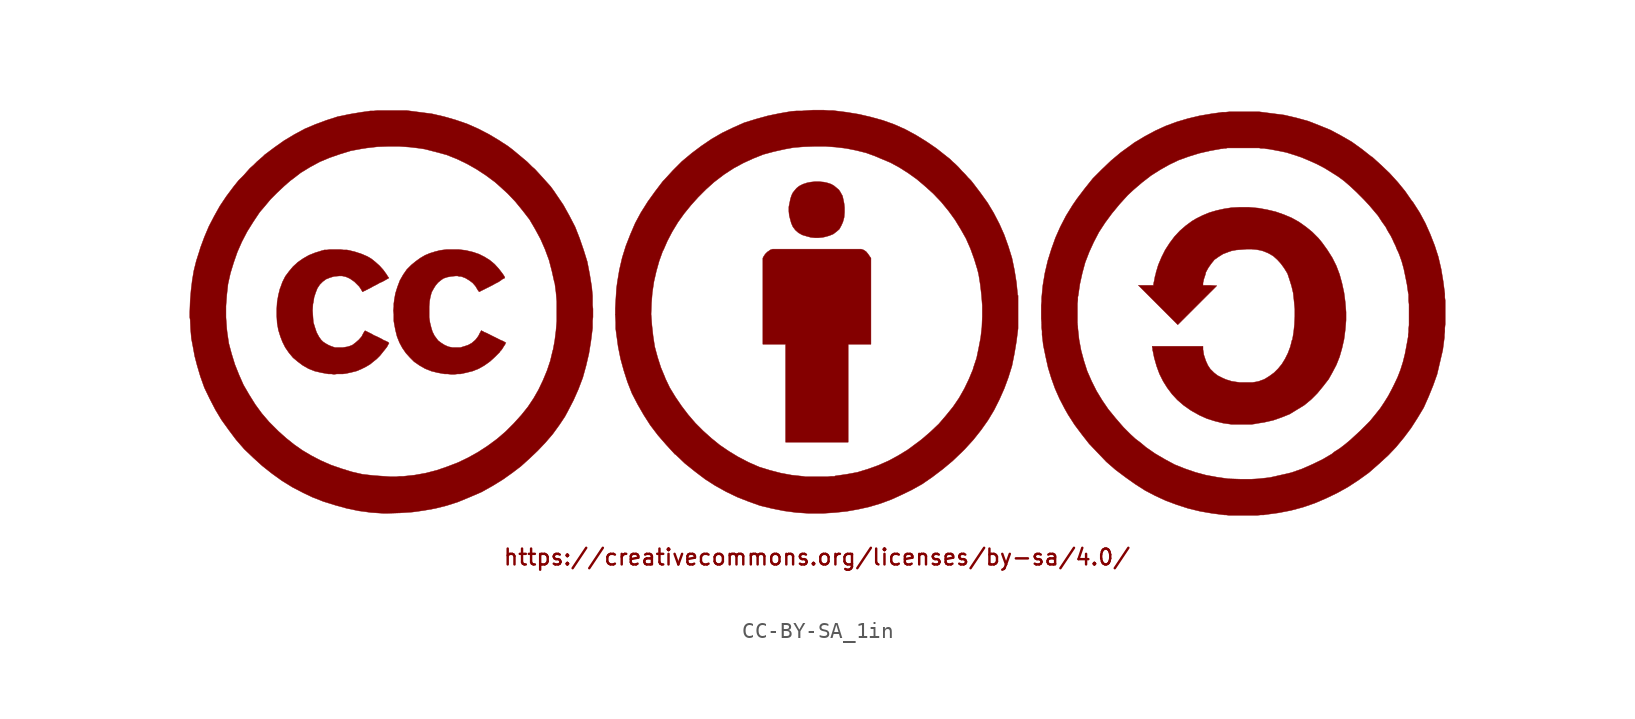
<source format=kicad_sym>
(kicad_symbol_lib
  (version 20231120)
  (generator "kicad_symbol_editor")
  (generator_version "8.0")
  (symbol "CC-BY-SA_1in"
    (pin_names
      (offset 1.016))
    (property "Reference" "LOGO"
      (at 0 -11.938 0)
      (effects (font (size 1.524 1.524)) (hide yes)))
    (symbol "CC-BY-SA_1in_0_0"
      (polyline (pts (xy 1.956 -1.93) (xy 3.378 -1.93) (xy 3.378 3.454) (xy 3.302 3.556) (xy 3.2 3.708) (xy 3.073 3.861) (xy 2.921 3.962) (xy 2.769 4.013) (xy -2.769 4.013) (xy -2.921 3.962) (xy -2.946 3.937) (xy -3.099 3.835) (xy -3.226 3.708) (xy -3.327 3.556) (xy -3.378 3.454) (xy -3.378 -1.93) (xy -1.956 -1.93) (xy -1.956 -8.052) (xy 1.956 -8.052) (xy 1.956 -1.93)) (stroke (width 0.025) (type solid)) (fill (type outline)))
      (polyline (pts (xy 0.356 4.75) (xy 0.483 4.775) (xy 0.762 4.851) (xy 1.016 4.953) (xy 1.219 5.105) (xy 1.397 5.258) (xy 1.524 5.486) (xy 1.626 5.715) (xy 1.702 5.994) (xy 1.727 6.325) (xy 1.727 6.604) (xy 1.702 6.858) (xy 1.651 7.112) (xy 1.6 7.341) (xy 1.499 7.518) (xy 1.473 7.569) (xy 1.372 7.722) (xy 1.067 7.976) (xy 0.889 8.077) (xy 0.66 8.153) (xy 0.432 8.204) (xy 0.152 8.23) (xy -0.127 8.23) (xy -0.381 8.204) (xy -0.635 8.153) (xy -0.864 8.077) (xy -1.067 7.976) (xy -1.143 7.925) (xy -1.27 7.823) (xy -1.397 7.671) (xy -1.499 7.544) (xy -1.575 7.391) (xy -1.651 7.163) (xy -1.753 6.655) (xy -1.753 6.375) (xy -1.727 6.121) (xy -1.676 5.918) (xy -1.6 5.639) (xy -1.499 5.41) (xy -1.346 5.207) (xy -1.143 5.029) (xy -0.914 4.902) (xy -0.66 4.826) (xy -0.381 4.75) (xy -0.127 4.724) (xy 0.102 4.724) (xy 0.356 4.75)) (stroke (width 0.025) (type solid)) (fill (type outline)))
      (polyline (pts (xy -29.997 -3.785) (xy -29.616 -3.785) (xy -29.439 -3.759) (xy -29.312 -3.734) (xy -29.083 -3.683) (xy -28.778 -3.607) (xy -28.473 -3.48) (xy -28.169 -3.327) (xy -27.915 -3.175) (xy -27.762 -3.048) (xy -27.508 -2.845) (xy -27.305 -2.642) (xy -26.899 -2.134) (xy -26.848 -2.057) (xy -26.772 -1.905) (xy -26.746 -1.88) (xy -26.746 -1.854) (xy -26.797 -1.803) (xy -26.949 -1.727) (xy -27.076 -1.676) (xy -27.203 -1.6) (xy -27.508 -1.448) (xy -27.686 -1.372) (xy -27.813 -1.295) (xy -28.219 -1.092) (xy -28.245 -1.092) (xy -28.27 -1.118) (xy -28.296 -1.168) (xy -28.346 -1.245) (xy -28.448 -1.448) (xy -28.626 -1.651) (xy -28.829 -1.829) (xy -29.032 -1.981) (xy -29.159 -2.032) (xy -29.312 -2.083) (xy -29.616 -2.134) (xy -30.124 -2.134) (xy -30.353 -2.057) (xy -30.531 -1.981) (xy -30.709 -1.88) (xy -30.861 -1.778) (xy -30.988 -1.651) (xy -31.115 -1.473) (xy -31.267 -1.194) (xy -31.369 -0.889) (xy -31.471 -0.559) (xy -31.496 -0.203) (xy -31.521 0.178) (xy -31.496 0.584) (xy -31.471 0.686) (xy -31.42 1.016) (xy -31.318 1.321) (xy -31.217 1.575) (xy -31.064 1.803) (xy -30.886 1.981) (xy -30.683 2.134) (xy -30.429 2.235) (xy -30.175 2.311) (xy -29.87 2.337) (xy -29.667 2.337) (xy -29.54 2.311) (xy -29.439 2.286) (xy -29.312 2.235) (xy -29.159 2.159) (xy -29.058 2.083) (xy -28.905 1.981) (xy -28.6 1.676) (xy -28.499 1.524) (xy -28.397 1.346) (xy -27.889 1.6) (xy -27.711 1.702) (xy -27.508 1.803) (xy -27.33 1.905) (xy -27.153 1.981) (xy -26.746 2.21) (xy -26.822 2.311) (xy -26.899 2.438) (xy -27.102 2.718) (xy -27.33 2.972) (xy -27.584 3.2) (xy -27.838 3.404) (xy -28.092 3.556) (xy -28.448 3.708) (xy -28.829 3.835) (xy -29.235 3.937) (xy -29.362 3.962) (xy -29.566 3.962) (xy -29.769 3.988) (xy -30.455 3.988) (xy -30.632 3.962) (xy -30.785 3.962) (xy -30.963 3.912) (xy -31.369 3.785) (xy -31.75 3.632) (xy -32.106 3.429) (xy -32.436 3.2) (xy -32.741 2.921) (xy -32.995 2.616) (xy -33.223 2.311) (xy -33.401 1.956) (xy -33.528 1.6) (xy -33.553 1.549) (xy -33.655 1.143) (xy -33.731 0.711) (xy -33.757 0.279) (xy -33.757 -0.178) (xy -33.731 -0.61) (xy -33.655 -1.041) (xy -33.528 -1.448) (xy -33.401 -1.778) (xy -33.223 -2.134) (xy -32.995 -2.464) (xy -32.741 -2.769) (xy -32.436 -3.023) (xy -32.131 -3.251) (xy -31.775 -3.454) (xy -31.394 -3.607) (xy -30.963 -3.708) (xy -30.531 -3.785) (xy -30.353 -3.785) (xy -30.175 -3.81) (xy -29.997 -3.785)) (stroke (width 0.025) (type solid)) (fill (type outline)))
      (polyline (pts (xy -22.454 -3.785) (xy -22.276 -3.785) (xy -21.92 -3.708) (xy -21.514 -3.607) (xy -21.133 -3.454) (xy -20.777 -3.251) (xy -20.422 -2.997) (xy -20.117 -2.718) (xy -19.812 -2.413) (xy -19.812 -2.388) (xy -19.736 -2.311) (xy -19.66 -2.21) (xy -19.583 -2.083) (xy -19.482 -1.93) (xy -19.456 -1.854) (xy -19.431 -1.829) (xy -19.482 -1.829) (xy -19.533 -1.778) (xy -19.634 -1.727) (xy -19.761 -1.676) (xy -20.676 -1.219) (xy -20.803 -1.168) (xy -20.879 -1.118) (xy -20.955 -1.092) (xy -20.98 -1.067) (xy -20.98 -1.092) (xy -21.006 -1.118) (xy -21.006 -1.143) (xy -21.057 -1.219) (xy -21.158 -1.422) (xy -21.311 -1.626) (xy -21.387 -1.702) (xy -21.565 -1.854) (xy -21.793 -1.981) (xy -22.022 -2.057) (xy -22.276 -2.134) (xy -22.784 -2.134) (xy -23.038 -2.083) (xy -23.266 -1.981) (xy -23.47 -1.854) (xy -23.673 -1.702) (xy -23.901 -1.397) (xy -24.028 -1.143) (xy -24.105 -0.889) (xy -24.181 -0.584) (xy -24.232 -0.254) (xy -24.232 0.432) (xy -24.206 0.762) (xy -24.155 1.041) (xy -24.079 1.321) (xy -23.952 1.549) (xy -23.825 1.753) (xy -23.673 1.93) (xy -23.52 2.057) (xy -23.343 2.184) (xy -23.114 2.261) (xy -22.86 2.311) (xy -22.581 2.337) (xy -22.454 2.337) (xy -22.352 2.311) (xy -22.25 2.311) (xy -22.174 2.286) (xy -21.971 2.21) (xy -21.717 2.057) (xy -21.514 1.905) (xy -21.336 1.702) (xy -21.184 1.448) (xy -21.107 1.346) (xy -20.295 1.753) (xy -20.117 1.854) (xy -19.914 1.956) (xy -19.761 2.057) (xy -19.66 2.134) (xy -19.507 2.21) (xy -19.507 2.235) (xy -19.533 2.311) (xy -19.634 2.464) (xy -19.888 2.794) (xy -20.142 3.073) (xy -20.447 3.327) (xy -20.777 3.531) (xy -21.133 3.708) (xy -21.514 3.835) (xy -21.946 3.937) (xy -22.149 3.962) (xy -22.377 3.988) (xy -23.139 3.988) (xy -23.368 3.962) (xy -23.546 3.937) (xy -23.851 3.861) (xy -24.181 3.759) (xy -24.486 3.632) (xy -24.79 3.454) (xy -25.07 3.251) (xy -25.349 3.023) (xy -25.629 2.743) (xy -25.857 2.413) (xy -26.06 2.057) (xy -26.213 1.651) (xy -26.34 1.245) (xy -26.416 0.813) (xy -26.416 0.787) (xy -26.441 0.61) (xy -26.441 0.406) (xy -26.467 0.178) (xy -26.441 -0.051) (xy -26.441 -0.483) (xy -26.416 -0.635) (xy -26.34 -1.041) (xy -26.238 -1.448) (xy -26.086 -1.829) (xy -25.908 -2.159) (xy -25.679 -2.489) (xy -25.425 -2.769) (xy -25.171 -3.023) (xy -24.841 -3.251) (xy -24.486 -3.454) (xy -24.105 -3.607) (xy -23.698 -3.708) (xy -23.266 -3.785) (xy -23.089 -3.785) (xy -22.86 -3.81) (xy -22.657 -3.81) (xy -22.454 -3.785)) (stroke (width 0.025) (type solid)) (fill (type outline)))
      (polyline (pts (xy 27.356 -6.909) (xy 27.483 -6.883) (xy 27.965 -6.807) (xy 28.524 -6.68) (xy 29.032 -6.502) (xy 29.54 -6.299) (xy 30.455 -5.74) (xy 30.886 -5.385) (xy 31.267 -5.004) (xy 31.623 -4.572) (xy 31.979 -4.115) (xy 32.207 -3.708) (xy 32.461 -3.226) (xy 32.664 -2.718) (xy 32.817 -2.184) (xy 32.944 -1.626) (xy 33.02 -1.041) (xy 33.071 -0.432) (xy 33.071 0.076) (xy 33.02 0.711) (xy 32.944 1.295) (xy 32.817 1.88) (xy 32.664 2.438) (xy 32.461 2.972) (xy 32.207 3.48) (xy 31.902 3.962) (xy 31.572 4.42) (xy 31.344 4.699) (xy 30.963 5.08) (xy 30.556 5.41) (xy 30.124 5.715) (xy 29.667 5.969) (xy 29.185 6.172) (xy 28.677 6.35) (xy 28.143 6.477) (xy 27.584 6.579) (xy 27 6.629) (xy 26.391 6.629) (xy 25.908 6.604) (xy 25.425 6.528) (xy 24.968 6.426) (xy 24.536 6.299) (xy 24.105 6.121) (xy 23.698 5.918) (xy 23.444 5.766) (xy 23.063 5.486) (xy 22.682 5.156) (xy 22.352 4.801) (xy 22.047 4.394) (xy 21.768 3.962) (xy 21.539 3.505) (xy 21.336 3.023) (xy 21.184 2.515) (xy 21.184 2.464) (xy 21.133 2.311) (xy 21.107 2.159) (xy 21.082 2.032) (xy 21.057 1.93) (xy 21.031 1.753) (xy 20.091 1.753) (xy 22.555 -0.711) (xy 24.994 1.727) (xy 24.562 1.753) (xy 24.13 1.753) (xy 24.13 1.905) (xy 24.155 2.007) (xy 24.181 2.134) (xy 24.282 2.438) (xy 24.308 2.565) (xy 24.46 2.845) (xy 24.638 3.099) (xy 24.841 3.353) (xy 25.095 3.531) (xy 25.375 3.708) (xy 25.705 3.835) (xy 25.933 3.912) (xy 26.213 3.962) (xy 26.543 3.988) (xy 26.848 4.013) (xy 27.178 4.013) (xy 27.457 3.988) (xy 27.737 3.937) (xy 27.915 3.886) (xy 28.219 3.759) (xy 28.524 3.581) (xy 28.778 3.353) (xy 29.007 3.099) (xy 29.21 2.819) (xy 29.413 2.489) (xy 29.54 2.108) (xy 29.667 1.702) (xy 29.769 1.27) (xy 29.82 0.787) (xy 29.87 0.279) (xy 29.87 -0.203) (xy 29.845 -0.711) (xy 29.794 -1.194) (xy 29.718 -1.651) (xy 29.693 -1.676) (xy 29.591 -2.083) (xy 29.439 -2.489) (xy 29.261 -2.845) (xy 29.058 -3.175) (xy 28.829 -3.454) (xy 28.575 -3.708) (xy 28.296 -3.912) (xy 28.016 -4.089) (xy 27.915 -4.14) (xy 27.762 -4.191) (xy 27.635 -4.242) (xy 27.534 -4.267) (xy 27.229 -4.318) (xy 26.416 -4.318) (xy 26.06 -4.267) (xy 25.908 -4.242) (xy 25.756 -4.191) (xy 25.578 -4.14) (xy 25.349 -4.039) (xy 25.044 -3.886) (xy 24.816 -3.708) (xy 24.587 -3.48) (xy 24.435 -3.251) (xy 24.308 -2.972) (xy 24.181 -2.591) (xy 24.155 -2.413) (xy 24.13 -2.261) (xy 24.13 -2.057) (xy 20.955 -2.057) (xy 20.955 -2.108) (xy 20.98 -2.184) (xy 20.98 -2.286) (xy 21.006 -2.388) (xy 21.082 -2.769) (xy 21.234 -3.302) (xy 21.412 -3.785) (xy 21.641 -4.242) (xy 21.895 -4.648) (xy 22.2 -5.055) (xy 22.53 -5.41) (xy 22.911 -5.74) (xy 23.343 -6.045) (xy 23.47 -6.121) (xy 23.927 -6.375) (xy 24.384 -6.579) (xy 24.867 -6.731) (xy 25.375 -6.858) (xy 25.908 -6.934) (xy 27.178 -6.934) (xy 27.356 -6.909)) (stroke (width 0.025) (type solid)) (fill (type outline)))
      (polyline (pts (xy 1.168 -12.446) (xy 1.88 -12.37) (xy 2.591 -12.243) (xy 3.277 -12.09) (xy 3.962 -11.887) (xy 4.648 -11.633) (xy 5.207 -11.379) (xy 5.893 -11.049) (xy 6.579 -10.668) (xy 7.239 -10.211) (xy 7.874 -9.728) (xy 8.484 -9.22) (xy 9.093 -8.636) (xy 9.246 -8.484) (xy 9.779 -7.899) (xy 10.262 -7.29) (xy 10.693 -6.68) (xy 11.074 -6.045) (xy 11.405 -5.385) (xy 11.709 -4.699) (xy 11.963 -4.013) (xy 12.192 -3.277) (xy 12.344 -2.515) (xy 12.471 -1.753) (xy 12.573 -0.94) (xy 12.573 1.118) (xy 12.548 1.143) (xy 12.471 1.93) (xy 12.344 2.718) (xy 12.192 3.454) (xy 11.963 4.191) (xy 11.709 4.902) (xy 11.405 5.588) (xy 11.049 6.274) (xy 10.668 6.909) (xy 10.211 7.544) (xy 9.728 8.179) (xy 9.627 8.306) (xy 9.449 8.484) (xy 9.271 8.687) (xy 9.068 8.89) (xy 8.865 9.119) (xy 8.661 9.322) (xy 8.458 9.5) (xy 8.306 9.652) (xy 8.077 9.83) (xy 7.468 10.312) (xy 6.833 10.744) (xy 6.172 11.151) (xy 5.512 11.506) (xy 4.826 11.811) (xy 4.115 12.065) (xy 3.378 12.268) (xy 2.616 12.446) (xy 1.829 12.573) (xy 1.016 12.675) (xy 0.762 12.675) (xy 0.432 12.7) (xy -0.254 12.7) (xy -0.635 12.675) (xy -0.965 12.649) (xy -1.295 12.649) (xy -1.6 12.624) (xy -2.337 12.497) (xy -3.073 12.344) (xy -3.81 12.141) (xy -4.547 11.913) (xy -5.232 11.608) (xy -5.918 11.278) (xy -6.579 10.897) (xy -7.214 10.465) (xy -7.823 10.008) (xy -8.433 9.5) (xy -8.992 8.941) (xy -9.525 8.357) (xy -9.627 8.255) (xy -10.109 7.62) (xy -10.566 6.985) (xy -10.998 6.299) (xy -11.354 5.639) (xy -11.659 4.928) (xy -11.938 4.216) (xy -12.167 3.48) (xy -12.344 2.718) (xy -12.471 1.956) (xy -12.522 1.575) (xy -12.573 0.762) (xy -12.598 0.305) (xy -12.598 -0.051) (xy -10.363 -0.051) (xy -10.338 0.635) (xy -10.287 1.295) (xy -10.185 1.981) (xy -10.033 2.642) (xy -9.855 3.277) (xy -9.627 3.912) (xy -9.601 3.937) (xy -9.347 4.521) (xy -9.042 5.105) (xy -8.687 5.69) (xy -8.306 6.223) (xy -7.874 6.756) (xy -7.417 7.264) (xy -6.934 7.747) (xy -6.426 8.204) (xy -5.893 8.611) (xy -5.791 8.687) (xy -5.207 9.068) (xy -4.597 9.398) (xy -3.988 9.677) (xy -3.353 9.931) (xy -2.692 10.109) (xy -2.007 10.262) (xy -1.448 10.363) (xy -0.813 10.414) (xy -0.127 10.439) (xy 0.533 10.439) (xy 1.194 10.389) (xy 1.829 10.312) (xy 2.464 10.185) (xy 3.073 10.033) (xy 3.632 9.83) (xy 3.988 9.677) (xy 4.597 9.423) (xy 5.156 9.119) (xy 5.715 8.763) (xy 6.248 8.382) (xy 6.756 7.95) (xy 7.264 7.493) (xy 7.772 6.96) (xy 8.23 6.401) (xy 8.636 5.842) (xy 8.992 5.258) (xy 9.322 4.674) (xy 9.601 4.039) (xy 9.83 3.404) (xy 10.033 2.743) (xy 10.109 2.438) (xy 10.211 1.803) (xy 10.287 1.143) (xy 10.338 0.483) (xy 10.338 -0.203) (xy 10.312 -0.864) (xy 10.236 -1.524) (xy 10.109 -2.184) (xy 9.982 -2.794) (xy 9.779 -3.404) (xy 9.754 -3.505) (xy 9.5 -4.115) (xy 9.22 -4.699) (xy 8.89 -5.283) (xy 8.509 -5.842) (xy 8.077 -6.375) (xy 7.62 -6.909) (xy 7.112 -7.391) (xy 6.553 -7.874) (xy 6.248 -8.103) (xy 5.664 -8.534) (xy 5.08 -8.89) (xy 4.47 -9.22) (xy 3.835 -9.5) (xy 3.2 -9.728) (xy 2.54 -9.931) (xy 1.854 -10.058) (xy 1.143 -10.16) (xy 1.092 -10.185) (xy 0.889 -10.185) (xy 0.66 -10.211) (xy -0.711 -10.211) (xy -0.864 -10.185) (xy -1.575 -10.109) (xy -2.261 -9.982) (xy -2.946 -9.804) (xy -3.607 -9.601) (xy -4.242 -9.322) (xy -4.343 -9.271) (xy -4.928 -8.966) (xy -5.512 -8.611) (xy -6.071 -8.23) (xy -6.604 -7.798) (xy -7.112 -7.341) (xy -7.595 -6.858) (xy -8.052 -6.325) (xy -8.458 -5.791) (xy -8.839 -5.232) (xy -9.195 -4.648) (xy -9.474 -4.064) (xy -9.5 -3.988) (xy -9.754 -3.378) (xy -9.957 -2.743) (xy -10.135 -2.083) (xy -10.236 -1.422) (xy -10.312 -0.737) (xy -10.363 -0.051) (xy -12.598 -0.051) (xy -12.598 -0.127) (xy -12.573 -0.559) (xy -12.573 -0.965) (xy -12.522 -1.346) (xy -12.421 -2.083) (xy -12.268 -2.845) (xy -12.065 -3.581) (xy -11.836 -4.293) (xy -11.557 -5.004) (xy -11.201 -5.69) (xy -10.82 -6.35) (xy -10.414 -6.985) (xy -9.931 -7.62) (xy -9.423 -8.204) (xy -8.865 -8.814) (xy -8.839 -8.814) (xy -8.255 -9.373) (xy -7.62 -9.881) (xy -6.985 -10.363) (xy -6.35 -10.77) (xy -5.664 -11.151) (xy -4.978 -11.481) (xy -4.267 -11.76) (xy -3.556 -12.014) (xy -2.819 -12.192) (xy -2.057 -12.344) (xy -1.295 -12.446) (xy -0.533 -12.497) (xy 0.406 -12.497) (xy 1.168 -12.446)) (stroke (width 0.025) (type solid)) (fill (type outline)))
      (polyline (pts (xy -26.06 -12.471) (xy -25.298 -12.421) (xy -24.562 -12.319) (xy -23.851 -12.192) (xy -23.139 -12.014) (xy -22.428 -11.786) (xy -21.692 -11.481) (xy -20.98 -11.176) (xy -20.295 -10.795) (xy -19.634 -10.389) (xy -19.025 -9.957) (xy -18.491 -9.55) (xy -17.958 -9.068) (xy -17.45 -8.585) (xy -16.967 -8.077) (xy -16.51 -7.544) (xy -16.104 -6.985) (xy -15.748 -6.452) (xy -15.57 -6.121) (xy -15.215 -5.436) (xy -14.91 -4.75) (xy -14.63 -4.013) (xy -14.427 -3.277) (xy -14.249 -2.515) (xy -14.122 -1.727) (xy -14.021 -0.914) (xy -14.021 -0.457) (xy -13.995 -0.229) (xy -13.995 0.279) (xy -14.021 0.508) (xy -14.021 1.092) (xy -14.072 1.651) (xy -14.199 2.438) (xy -14.351 3.226) (xy -14.58 3.962) (xy -14.834 4.699) (xy -15.113 5.41) (xy -15.469 6.096) (xy -15.85 6.782) (xy -16.281 7.417) (xy -16.434 7.645) (xy -16.637 7.925) (xy -17.094 8.433) (xy -17.348 8.712) (xy -17.628 9.017) (xy -17.805 9.169) (xy -18.11 9.474) (xy -19.025 10.236) (xy -19.329 10.465) (xy -19.685 10.693) (xy -19.837 10.795) (xy -20.472 11.176) (xy -21.158 11.532) (xy -21.844 11.836) (xy -22.581 12.09) (xy -23.292 12.294) (xy -24.054 12.471) (xy -25.629 12.675) (xy -27.483 12.675) (xy -27.711 12.649) (xy -27.915 12.649) (xy -28.067 12.624) (xy -28.448 12.573) (xy -29.21 12.446) (xy -29.947 12.294) (xy -30.658 12.065) (xy -31.344 11.811) (xy -32.004 11.532) (xy -32.664 11.176) (xy -33.299 10.795) (xy -33.909 10.363) (xy -34.519 9.906) (xy -34.62 9.804) (xy -34.798 9.652) (xy -35.001 9.474) (xy -35.204 9.271) (xy -35.433 9.068) (xy -35.636 8.839) (xy -35.814 8.636) (xy -36.144 8.306) (xy -36.449 7.925) (xy -36.906 7.315) (xy -37.313 6.706) (xy -37.668 6.071) (xy -37.998 5.436) (xy -38.278 4.775) (xy -38.532 4.089) (xy -38.583 3.912) (xy -38.786 3.277) (xy -38.938 2.667) (xy -39.04 2.057) (xy -39.116 1.422) (xy -39.167 0.787) (xy -39.192 0.102) (xy -39.192 -0.254) (xy -36.932 -0.254) (xy -36.932 0.457) (xy -36.881 1.143) (xy -36.805 1.829) (xy -36.652 2.515) (xy -36.449 3.175) (xy -36.22 3.835) (xy -35.941 4.47) (xy -35.611 5.105) (xy -35.23 5.715) (xy -34.823 6.325) (xy -34.519 6.68) (xy -34.138 7.137) (xy -33.731 7.544) (xy -33.299 7.95) (xy -32.893 8.306) (xy -32.817 8.357) (xy -32.258 8.788) (xy -31.674 9.144) (xy -31.064 9.474) (xy -30.455 9.728) (xy -29.794 9.957) (xy -29.134 10.16) (xy -28.448 10.287) (xy -28.118 10.338) (xy -27.457 10.414) (xy -26.772 10.439) (xy -26.111 10.439) (xy -25.425 10.389) (xy -24.79 10.312) (xy -24.486 10.262) (xy -23.8 10.084) (xy -23.139 9.906) (xy -22.504 9.652) (xy -21.869 9.347) (xy -21.285 9.017) (xy -20.701 8.636) (xy -20.117 8.204) (xy -19.888 8.001) (xy -19.329 7.493) (xy -18.847 6.985) (xy -18.39 6.426) (xy -17.958 5.867) (xy -17.602 5.258) (xy -17.272 4.648) (xy -16.993 4.013) (xy -16.739 3.327) (xy -16.561 2.642) (xy -16.408 1.956) (xy -16.383 1.905) (xy -16.307 1.321) (xy -16.256 0.737) (xy -16.256 -0.483) (xy -16.307 -1.092) (xy -16.383 -1.702) (xy -16.485 -2.261) (xy -16.51 -2.337) (xy -16.662 -2.972) (xy -16.866 -3.581) (xy -17.12 -4.191) (xy -17.399 -4.775) (xy -17.704 -5.309) (xy -18.059 -5.842) (xy -18.466 -6.35) (xy -18.948 -6.883) (xy -19.456 -7.391) (xy -19.99 -7.849) (xy -20.574 -8.28) (xy -21.158 -8.661) (xy -21.793 -9.017) (xy -22.428 -9.322) (xy -23.089 -9.576) (xy -23.749 -9.804) (xy -24.435 -9.982) (xy -25.146 -10.109) (xy -25.857 -10.185) (xy -26.086 -10.185) (xy -26.289 -10.211) (xy -26.645 -10.211) (xy -27.711 -10.135) (xy -28.397 -10.058) (xy -29.058 -9.906) (xy -29.718 -9.703) (xy -30.378 -9.474) (xy -31.013 -9.195) (xy -31.598 -8.89) (xy -32.156 -8.56) (xy -32.664 -8.204) (xy -33.172 -7.798) (xy -33.655 -7.366) (xy -34.239 -6.782) (xy -34.696 -6.248) (xy -35.103 -5.69) (xy -35.484 -5.08) (xy -35.839 -4.47) (xy -36.119 -3.835) (xy -36.373 -3.2) (xy -36.576 -2.54) (xy -36.754 -1.88) (xy -36.855 -1.194) (xy -36.881 -0.965) (xy -36.932 -0.254) (xy -39.192 -0.254) (xy -39.167 -0.406) (xy -39.141 -0.991) (xy -39.091 -1.575) (xy -38.989 -2.108) (xy -38.887 -2.667) (xy -38.735 -3.251) (xy -38.532 -3.937) (xy -38.278 -4.648) (xy -37.948 -5.334) (xy -37.592 -6.02) (xy -37.211 -6.655) (xy -36.754 -7.29) (xy -36.297 -7.899) (xy -35.789 -8.484) (xy -35.23 -9.017) (xy -34.671 -9.525) (xy -34.061 -10.008) (xy -33.426 -10.465) (xy -32.766 -10.871) (xy -32.08 -11.227) (xy -31.547 -11.481) (xy -30.836 -11.76) (xy -30.099 -11.989) (xy -29.362 -12.192) (xy -28.626 -12.344) (xy -27.864 -12.446) (xy -27.102 -12.497) (xy -26.822 -12.497) (xy -26.06 -12.471)) (stroke (width 0.025) (type solid)) (fill (type outline)))
      (polyline (pts (xy 27.737 -12.598) (xy 27.915 -12.598) (xy 28.067 -12.573) (xy 28.829 -12.471) (xy 29.616 -12.319) (xy 30.378 -12.116) (xy 31.115 -11.862) (xy 31.826 -11.557) (xy 32.512 -11.227) (xy 33.198 -10.846) (xy 33.858 -10.414) (xy 34.493 -9.957) (xy 35.103 -9.423) (xy 35.712 -8.865) (xy 36.195 -8.357) (xy 36.678 -7.772) (xy 37.135 -7.163) (xy 37.541 -6.528) (xy 37.922 -5.893) (xy 38.227 -5.207) (xy 38.506 -4.521) (xy 38.76 -3.81) (xy 39.116 -2.286) (xy 39.218 -1.499) (xy 39.218 -1.346) (xy 39.243 -1.143) (xy 39.243 -0.914) (xy 39.268 -0.686) (xy 39.268 0.813) (xy 39.243 0.991) (xy 39.243 1.219) (xy 39.141 2.007) (xy 39.014 2.769) (xy 38.837 3.531) (xy 38.608 4.242) (xy 38.329 4.953) (xy 38.024 5.639) (xy 37.668 6.299) (xy 37.262 6.934) (xy 37.16 7.061) (xy 36.754 7.645) (xy 36.297 8.204) (xy 35.789 8.763) (xy 35.255 9.271) (xy 34.696 9.779) (xy 34.671 9.779) (xy 34.061 10.262) (xy 33.426 10.719) (xy 32.766 11.1) (xy 32.106 11.455) (xy 31.42 11.735) (xy 30.709 12.014) (xy 29.972 12.217) (xy 29.21 12.395) (xy 27.635 12.598) (xy 25.781 12.598) (xy 25.552 12.573) (xy 25.349 12.573) (xy 25.197 12.548) (xy 24.638 12.471) (xy 23.901 12.344) (xy 23.165 12.167) (xy 22.479 11.963) (xy 21.793 11.709) (xy 21.133 11.405) (xy 20.472 11.049) (xy 19.837 10.668) (xy 19.634 10.516) (xy 18.999 10.058) (xy 18.39 9.55) (xy 17.805 8.992) (xy 17.247 8.433) (xy 16.739 7.798) (xy 16.256 7.163) (xy 15.977 6.756) (xy 15.57 6.096) (xy 15.215 5.41) (xy 14.91 4.724) (xy 14.656 4.013) (xy 14.427 3.277) (xy 14.249 2.515) (xy 14.122 1.753) (xy 14.046 0.965) (xy 14.046 0.737) (xy 14.021 0.508) (xy 14.021 -0.33) (xy 14.046 -0.61) (xy 14.046 -0.635) (xy 16.281 -0.635) (xy 16.281 0.61) (xy 16.307 0.838) (xy 16.307 1.016) (xy 16.332 1.118) (xy 16.434 1.829) (xy 16.586 2.515) (xy 16.764 3.175) (xy 17.018 3.835) (xy 17.297 4.445) (xy 17.628 5.08) (xy 18.009 5.664) (xy 18.44 6.248) (xy 18.923 6.833) (xy 19.431 7.391) (xy 19.787 7.722) (xy 20.32 8.179) (xy 20.879 8.611) (xy 21.438 8.966) (xy 22.022 9.296) (xy 22.606 9.576) (xy 23.241 9.804) (xy 23.901 10.008) (xy 24.562 10.16) (xy 25.273 10.287) (xy 25.324 10.287) (xy 25.451 10.312) (xy 25.552 10.312) (xy 25.654 10.338) (xy 27.635 10.338) (xy 27.762 10.312) (xy 27.965 10.312) (xy 28.067 10.287) (xy 28.296 10.262) (xy 28.829 10.16) (xy 29.337 10.058) (xy 29.82 9.906) (xy 30.277 9.754) (xy 30.759 9.55) (xy 31.217 9.347) (xy 31.318 9.296) (xy 31.75 9.068) (xy 32.563 8.56) (xy 32.944 8.28) (xy 33.325 7.95) (xy 33.706 7.595) (xy 34.188 7.112) (xy 34.519 6.756) (xy 35.077 6.096) (xy 35.306 5.74) (xy 35.56 5.385) (xy 35.636 5.232) (xy 35.738 5.055) (xy 35.865 4.851) (xy 35.966 4.648) (xy 36.068 4.42) (xy 36.17 4.216) (xy 36.246 4.013) (xy 36.322 3.861) (xy 36.398 3.683) (xy 36.551 3.251) (xy 36.678 2.794) (xy 36.779 2.311) (xy 36.881 1.803) (xy 36.957 1.27) (xy 36.982 1.194) (xy 36.982 0.787) (xy 37.008 0.559) (xy 37.008 -0.737) (xy 36.982 -0.965) (xy 36.982 -1.168) (xy 36.957 -1.321) (xy 36.957 -1.448) (xy 36.855 -2.007) (xy 36.754 -2.54) (xy 36.627 -3.048) (xy 36.474 -3.531) (xy 36.297 -3.988) (xy 36.068 -4.47) (xy 35.941 -4.724) (xy 35.712 -5.156) (xy 35.458 -5.563) (xy 35.204 -5.944) (xy 34.9 -6.325) (xy 34.569 -6.731) (xy 33.96 -7.341) (xy 33.63 -7.645) (xy 33.325 -7.925) (xy 33.02 -8.179) (xy 32.69 -8.433) (xy 32.334 -8.661) (xy 32.182 -8.788) (xy 31.572 -9.144) (xy 30.937 -9.449) (xy 30.302 -9.728) (xy 29.642 -9.957) (xy 28.981 -10.109) (xy 28.296 -10.262) (xy 27.61 -10.338) (xy 27.178 -10.363) (xy 26.441 -10.363) (xy 25.705 -10.338) (xy 24.994 -10.236) (xy 24.308 -10.109) (xy 23.647 -9.931) (xy 22.987 -9.703) (xy 22.352 -9.449) (xy 21.742 -9.119) (xy 21.133 -8.763) (xy 20.549 -8.357) (xy 20.523 -8.331) (xy 20.218 -8.077) (xy 19.914 -7.849) (xy 19.609 -7.569) (xy 19.152 -7.112) (xy 18.669 -6.553) (xy 18.212 -5.994) (xy 17.831 -5.436) (xy 17.475 -4.851) (xy 17.17 -4.242) (xy 16.891 -3.607) (xy 16.688 -2.972) (xy 16.51 -2.311) (xy 16.383 -1.626) (xy 16.307 -0.914) (xy 16.307 -0.838) (xy 16.281 -0.635) (xy 14.046 -0.635) (xy 14.046 -0.889) (xy 14.072 -1.118) (xy 14.072 -1.346) (xy 14.097 -1.524) (xy 14.148 -1.981) (xy 14.3 -2.718) (xy 14.453 -3.404) (xy 14.656 -4.064) (xy 14.884 -4.699) (xy 15.164 -5.334) (xy 15.494 -5.969) (xy 15.697 -6.325) (xy 16.104 -6.96) (xy 16.561 -7.569) (xy 17.018 -8.153) (xy 18.085 -9.271) (xy 18.669 -9.779) (xy 19.279 -10.236) (xy 19.888 -10.668) (xy 20.523 -11.074) (xy 21.158 -11.405) (xy 21.819 -11.709) (xy 22.504 -11.963) (xy 23.216 -12.192) (xy 23.952 -12.37) (xy 24.689 -12.497) (xy 25.476 -12.598) (xy 25.578 -12.598) (xy 25.756 -12.624) (xy 27.508 -12.624) (xy 27.737 -12.598)) (stroke (width 0.025) (type solid)) (fill (type outline)))
      (text "https://creativecommons.org/licenses/by-sa/4.0/" (at 0 -15.24 0) (effects (font (size 0.991 0.991)))))))
</source>
